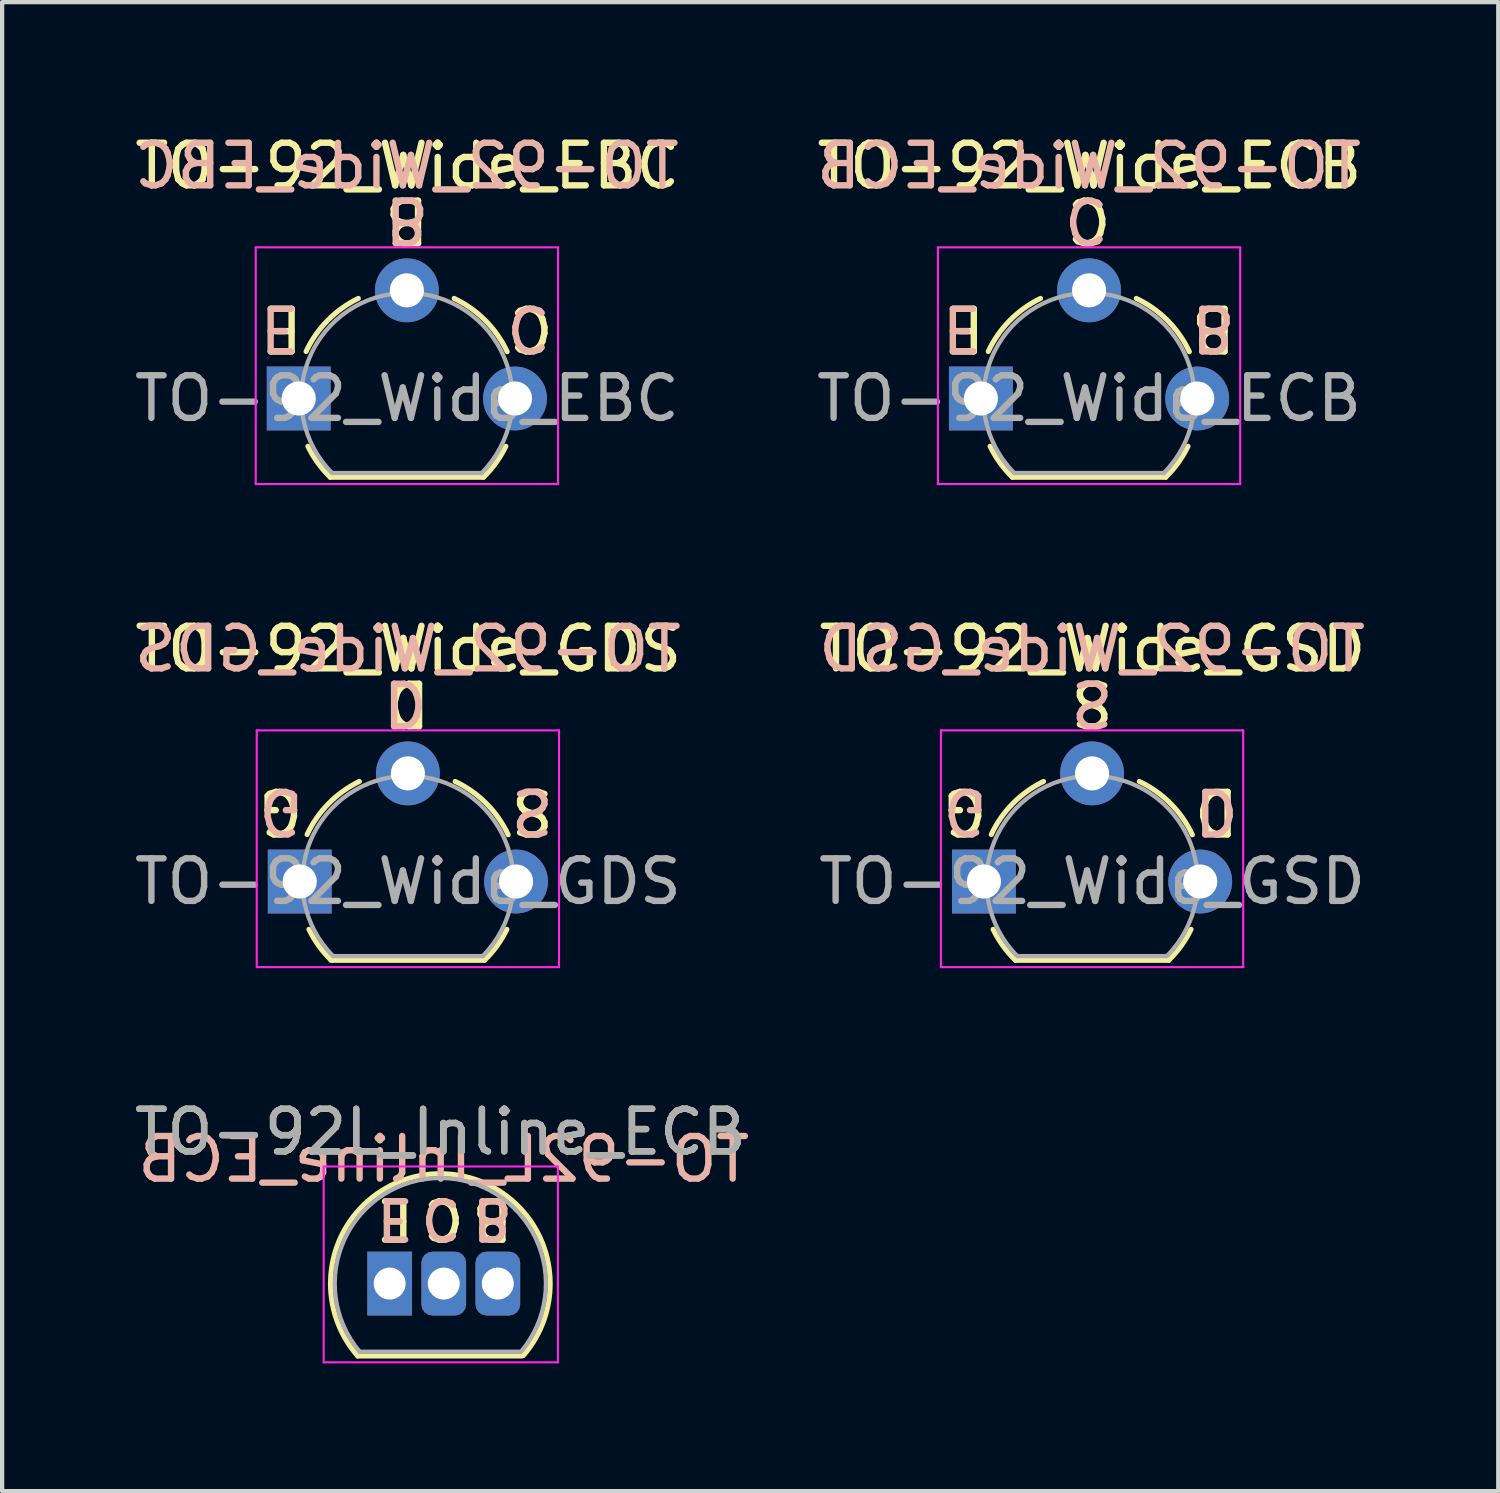
<source format=kicad_pcb>
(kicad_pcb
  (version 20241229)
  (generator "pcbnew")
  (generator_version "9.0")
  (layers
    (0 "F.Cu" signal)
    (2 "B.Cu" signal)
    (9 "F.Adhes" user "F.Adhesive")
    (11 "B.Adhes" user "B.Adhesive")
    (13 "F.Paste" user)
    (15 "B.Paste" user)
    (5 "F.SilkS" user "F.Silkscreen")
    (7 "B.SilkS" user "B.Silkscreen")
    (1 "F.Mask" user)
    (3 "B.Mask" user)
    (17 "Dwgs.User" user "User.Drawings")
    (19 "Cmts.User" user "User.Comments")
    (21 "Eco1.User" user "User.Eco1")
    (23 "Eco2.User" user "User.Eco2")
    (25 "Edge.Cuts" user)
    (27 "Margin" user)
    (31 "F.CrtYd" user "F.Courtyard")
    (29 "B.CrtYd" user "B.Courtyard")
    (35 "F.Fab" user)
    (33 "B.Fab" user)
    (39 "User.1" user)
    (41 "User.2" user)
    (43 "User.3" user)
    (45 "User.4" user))
  (footprint "TO-92_Wide_GDS"
    (layer "F.Cu")
    (at 3.99 17.654)
    (property "Reference" "TO-92_Wide_GDS" (at 2.55 -5.461 0) (layer "F.SilkS") (effects (font (size 1 1) (thickness 0.15))))
    (fp_line (start 0.74 1.85) (end 4.34 1.85) (stroke (width 0.12) (type solid)) (layer "F.SilkS"))
    (fp_arc (start 0.172801 -1.103842) (mid 0.678995 -1.832692) (end 1.4 -2.35) (stroke (width 0.12) (type solid)) (layer "F.SilkS"))
    (fp_arc (start 0.74 1.85) (mid 0.446097 1.509328) (end 0.215816 1.122795) (stroke (width 0.12) (type solid)) (layer "F.SilkS"))
    (fp_arc (start 3.65 -2.35) (mid 4.382279 -1.833196) (end 4.895458 -1.098371) (stroke (width 0.12) (type solid)) (layer "F.SilkS"))
    (fp_arc (start 4.864184 1.122795) (mid 4.633903 1.509328) (end 4.34 1.85) (stroke (width 0.12) (type solid)) (layer "F.SilkS"))
    (fp_line (start -1.01 -3.55) (end -1.01 2.01) (stroke (width 0.05) (type solid)) (layer "F.CrtYd"))
    (fp_line (start -1.01 -3.55) (end 6.09 -3.55) (stroke (width 0.05) (type solid)) (layer "F.CrtYd"))
    (fp_line (start 6.09 2.01) (end -1.01 2.01) (stroke (width 0.05) (type solid)) (layer "F.CrtYd"))
    (fp_line (start 6.09 2.01) (end 6.09 -3.55) (stroke (width 0.05) (type solid)) (layer "F.CrtYd"))
    (fp_line (start 0.8 1.75) (end 4.3 1.75) (stroke (width 0.1) (type solid)) (layer "F.Fab"))
    (fp_arc (start 0.786375 1.753625) (mid 0.248779 -0.949055) (end 2.54 -2.48) (stroke (width 0.1) (type solid)) (layer "F.Fab"))
    (fp_arc (start 2.54 -2.48) (mid 4.831221 -0.949055) (end 4.293625 1.753625) (stroke (width 0.1) (type solid)) (layer "F.Fab"))
    (fp_text user "D" (at 2.54 -4.191 180) (unlocked yes) (layer "F.SilkS") (effects (font (size 1 1) (thickness 0.15))))
    (fp_text user "S" (at 5.461 -1.651 180) (unlocked yes) (layer "F.SilkS") (effects (font (size 1 1) (thickness 0.15))))
    (fp_text user "G" (at -0.445 -1.651 180) (unlocked yes) (layer "F.SilkS") (effects (font (size 1 1) (thickness 0.15))))
    (fp_text user "G" (at -0.445 -1.651 180) (unlocked yes) (layer "B.SilkS") (effects (font (size 1 1) (thickness 0.15)) (justify mirror)))
    (fp_text user "D" (at 2.477 -4.191 180) (unlocked yes) (layer "B.SilkS") (effects (font (size 1 1) (thickness 0.15)) (justify mirror)))
    (fp_text user "S" (at 5.461 -1.651 180) (unlocked yes) (layer "B.SilkS") (effects (font (size 1 1) (thickness 0.15)) (justify mirror)))
    (fp_text user "${REFERENCE}" (at 2.54 -5.461 0) (layer "B.SilkS") (effects (font (size 1 1) (thickness 0.15)) (justify mirror)))
    (fp_text user "${REFERENCE}" (at 2.54 0 0) (layer "F.Fab") (effects (font (size 1 1) (thickness 0.15))))
    (pad "1" thru_hole rect (at 0 0 90) (size 1.5 1.5) (drill 0.8) (layers "*.Cu" "*.Mask"))
    (pad "2" thru_hole circle (at 2.54 -2.54 90) (size 1.5 1.5) (drill 0.8) (layers "*.Cu" "*.Mask"))
    (pad "3" thru_hole circle (at 5.08 0 90) (size 1.5 1.5) (drill 0.8) (layers "*.Cu" "*.Mask")))
  (footprint "TO-92_Wide_EBC"
    (layer "F.Cu")
    (at 3.966 6.309)
    (property "Reference" "TO-92_Wide_EBC" (at 2.55 -5.461 0) (layer "F.SilkS") (effects (font (size 1 1) (thickness 0.15))))
    (fp_line (start 0.74 1.85) (end 4.34 1.85) (stroke (width 0.12) (type solid)) (layer "F.SilkS"))
    (fp_arc (start 0.172801 -1.103842) (mid 0.678995 -1.832692) (end 1.4 -2.35) (stroke (width 0.12) (type solid)) (layer "F.SilkS"))
    (fp_arc (start 0.74 1.85) (mid 0.446097 1.509328) (end 0.215816 1.122795) (stroke (width 0.12) (type solid)) (layer "F.SilkS"))
    (fp_arc (start 3.65 -2.35) (mid 4.382279 -1.833196) (end 4.895458 -1.098371) (stroke (width 0.12) (type solid)) (layer "F.SilkS"))
    (fp_arc (start 4.864184 1.122795) (mid 4.633903 1.509328) (end 4.34 1.85) (stroke (width 0.12) (type solid)) (layer "F.SilkS"))
    (fp_line (start -1.01 -3.55) (end -1.01 2.01) (stroke (width 0.05) (type solid)) (layer "F.CrtYd"))
    (fp_line (start -1.01 -3.55) (end 6.09 -3.55) (stroke (width 0.05) (type solid)) (layer "F.CrtYd"))
    (fp_line (start 6.09 2.01) (end -1.01 2.01) (stroke (width 0.05) (type solid)) (layer "F.CrtYd"))
    (fp_line (start 6.09 2.01) (end 6.09 -3.55) (stroke (width 0.05) (type solid)) (layer "F.CrtYd"))
    (fp_line (start 0.8 1.75) (end 4.3 1.75) (stroke (width 0.1) (type solid)) (layer "F.Fab"))
    (fp_arc (start 0.786375 1.753625) (mid 0.248779 -0.949055) (end 2.54 -2.48) (stroke (width 0.1) (type solid)) (layer "F.Fab"))
    (fp_arc (start 2.54 -2.48) (mid 4.831221 -0.949055) (end 4.293625 1.753625) (stroke (width 0.1) (type solid)) (layer "F.Fab"))
    (fp_text user "B" (at 2.54 -4.191 180) (unlocked yes) (layer "F.SilkS") (effects (font (size 1 1) (thickness 0.15))))
    (fp_text user "E" (at -0.381 -1.651 180) (unlocked yes) (layer "F.SilkS") (effects (font (size 1 1) (thickness 0.15))))
    (fp_text user "C" (at 5.461 -1.651 180) (unlocked yes) (layer "F.SilkS") (effects (font (size 1 1) (thickness 0.15))))
    (fp_text user "E" (at -0.445 -1.651 180) (unlocked yes) (layer "B.SilkS") (effects (font (size 1 1) (thickness 0.15)) (justify mirror)))
    (fp_text user "B" (at 2.54 -4.191 180) (unlocked yes) (layer "B.SilkS") (effects (font (size 1 1) (thickness 0.15)) (justify mirror)))
    (fp_text user "${REFERENCE}" (at 2.54 -5.461 0) (layer "B.SilkS") (effects (font (size 1 1) (thickness 0.15)) (justify mirror)))
    (fp_text user "C" (at 5.397 -1.651 180) (unlocked yes) (layer "B.SilkS") (effects (font (size 1 1) (thickness 0.15)) (justify mirror)))
    (fp_text user "${REFERENCE}" (at 2.54 0 0) (layer "F.Fab") (effects (font (size 1 1) (thickness 0.15))))
    (pad "1" thru_hole rect (at 0 0 90) (size 1.5 1.5) (drill 0.8) (layers "*.Cu" "*.Mask"))
    (pad "2" thru_hole circle (at 2.54 -2.54 90) (size 1.5 1.5) (drill 0.8) (layers "*.Cu" "*.Mask"))
    (pad "3" thru_hole circle (at 5.08 0 90) (size 1.5 1.5) (drill 0.8) (layers "*.Cu" "*.Mask")))
  (footprint "TO-92L_Inline_ECB"
    (layer "F.Cu")
    (at 6.102 27.097)
    (property "Reference" "TO-92L_Inline_ECB" (at 1.19 -3.56 0) (layer "F.SilkS") (effects (font (size 1 1) (thickness 0.15))))
    (fp_line (start -0.75 1.7) (end 3.1 1.7) (stroke (width 0.12) (type solid)) (layer "F.SilkS"))
    (fp_arc (start -0.75 1.7) (mid 1.183448 -2.579449) (end 3.138611 1.690122) (stroke (width 0.12) (type solid)) (layer "F.SilkS"))
    (fp_line (start -1.55 -2.75) (end -1.55 1.85) (stroke (width 0.05) (type solid)) (layer "F.CrtYd"))
    (fp_line (start -1.55 -2.75) (end 3.95 -2.75) (stroke (width 0.05) (type solid)) (layer "F.CrtYd"))
    (fp_line (start 3.95 1.85) (end -1.55 1.85) (stroke (width 0.05) (type solid)) (layer "F.CrtYd"))
    (fp_line (start 3.95 1.85) (end 3.95 -2.75) (stroke (width 0.05) (type solid)) (layer "F.CrtYd"))
    (fp_line (start -0.7 1.6) (end 3.05 1.6) (stroke (width 0.1) (type solid)) (layer "F.Fab"))
    (fp_arc (start -0.702818 1.602385) (mid -1.059924 -1.043188) (end 1.19 -2.48) (stroke (width 0.1) (type solid)) (layer "F.Fab"))
    (fp_arc (start 1.19 -2.48) (mid 3.437211 -1.049019) (end 3.091103 1.592547) (stroke (width 0.1) (type solid)) (layer "F.Fab"))
    (fp_text user "B" (at 2.413 -1.524 180) (unlocked yes) (layer "F.SilkS") (effects (font (size 0.9 0.9) (thickness 0.15))))
    (fp_text user "E" (at 0.127 -1.524 180) (unlocked yes) (layer "F.SilkS") (effects (font (size 0.9 0.9) (thickness 0.15))))
    (fp_text user "C" (at 1.27 -1.524 180) (unlocked yes) (layer "F.SilkS") (effects (font (size 0.9 0.9) (thickness 0.15))))
    (fp_text user "${REFERENCE}" (at 1.27 -2.921 0) (layer "B.SilkS") (effects (font (size 1 1) (thickness 0.15)) (justify mirror)))
    (fp_text user "C" (at 1.206 -1.524 180) (unlocked yes) (layer "B.SilkS") (effects (font (size 0.9 0.9) (thickness 0.15)) (justify mirror)))
    (fp_text user "B" (at 2.413 -1.524 180) (unlocked yes) (layer "B.SilkS") (effects (font (size 0.9 0.9) (thickness 0.15)) (justify mirror)))
    (fp_text user "E" (at 0.127 -1.524 180) (unlocked yes) (layer "B.SilkS") (effects (font (size 0.9 0.9) (thickness 0.15)) (justify mirror)))
    (fp_text user "${REFERENCE}" (at 1.19 -3.56 0) (layer "F.Fab") (effects (font (size 1 1) (thickness 0.15))))
    (pad "1" thru_hole rect (at 0 0) (size 1.05 1.5) (drill 0.75) (layers "*.Cu" "*.Mask"))
    (pad "2" thru_hole roundrect (at 1.27 0) (size 1.05 1.5) (drill 0.75) (layers "*.Cu" "*.Mask") (roundrect_rratio 0.25))
    (pad "3" thru_hole roundrect (at 2.54 0) (size 1.05 1.5) (drill 0.75) (layers "*.Cu" "*.Mask") (roundrect_rratio 0.25)))
  (footprint "TO-92_Wide_ECB"
    (layer "F.Cu")
    (at 19.988 6.309)
    (property "Reference" "TO-92_Wide_ECB" (at 2.55 -5.461 0) (layer "F.SilkS") (effects (font (size 1 1) (thickness 0.15))))
    (fp_line (start 0.74 1.85) (end 4.34 1.85) (stroke (width 0.12) (type solid)) (layer "F.SilkS"))
    (fp_arc (start 0.172801 -1.103842) (mid 0.678995 -1.832692) (end 1.4 -2.35) (stroke (width 0.12) (type solid)) (layer "F.SilkS"))
    (fp_arc (start 0.74 1.85) (mid 0.446097 1.509328) (end 0.215816 1.122795) (stroke (width 0.12) (type solid)) (layer "F.SilkS"))
    (fp_arc (start 3.65 -2.35) (mid 4.382279 -1.833196) (end 4.895458 -1.098371) (stroke (width 0.12) (type solid)) (layer "F.SilkS"))
    (fp_arc (start 4.864184 1.122795) (mid 4.633903 1.509328) (end 4.34 1.85) (stroke (width 0.12) (type solid)) (layer "F.SilkS"))
    (fp_line (start -1.01 -3.55) (end -1.01 2.01) (stroke (width 0.05) (type solid)) (layer "F.CrtYd"))
    (fp_line (start -1.01 -3.55) (end 6.09 -3.55) (stroke (width 0.05) (type solid)) (layer "F.CrtYd"))
    (fp_line (start 6.09 2.01) (end -1.01 2.01) (stroke (width 0.05) (type solid)) (layer "F.CrtYd"))
    (fp_line (start 6.09 2.01) (end 6.09 -3.55) (stroke (width 0.05) (type solid)) (layer "F.CrtYd"))
    (fp_line (start 0.8 1.75) (end 4.3 1.75) (stroke (width 0.1) (type solid)) (layer "F.Fab"))
    (fp_arc (start 0.786375 1.753625) (mid 0.248779 -0.949055) (end 2.54 -2.48) (stroke (width 0.1) (type solid)) (layer "F.Fab"))
    (fp_arc (start 2.54 -2.48) (mid 4.831221 -0.949055) (end 4.293625 1.753625) (stroke (width 0.1) (type solid)) (layer "F.Fab"))
    (fp_text user "B" (at 5.461 -1.651 180) (unlocked yes) (layer "F.SilkS") (effects (font (size 1 1) (thickness 0.15))))
    (fp_text user "E" (at -0.381 -1.651 180) (unlocked yes) (layer "F.SilkS") (effects (font (size 1 1) (thickness 0.15))))
    (fp_text user "C" (at 2.54 -4.191 180) (unlocked yes) (layer "F.SilkS") (effects (font (size 1 1) (thickness 0.15))))
    (fp_text user "${REFERENCE}" (at 2.54 -5.461 0) (layer "B.SilkS") (effects (font (size 1 1) (thickness 0.15)) (justify mirror)))
    (fp_text user "C" (at 2.477 -4.191 180) (unlocked yes) (layer "B.SilkS") (effects (font (size 1 1) (thickness 0.15)) (justify mirror)))
    (fp_text user "B" (at 5.461 -1.651 180) (unlocked yes) (layer "B.SilkS") (effects (font (size 1 1) (thickness 0.15)) (justify mirror)))
    (fp_text user "E" (at -0.445 -1.651 180) (unlocked yes) (layer "B.SilkS") (effects (font (size 1 1) (thickness 0.15)) (justify mirror)))
    (fp_text user "${REFERENCE}" (at 2.54 0 0) (layer "F.Fab") (effects (font (size 1 1) (thickness 0.15))))
    (pad "1" thru_hole rect (at 0 0 90) (size 1.5 1.5) (drill 0.8) (layers "*.Cu" "*.Mask"))
    (pad "2" thru_hole circle (at 2.54 -2.54 90) (size 1.5 1.5) (drill 0.8) (layers "*.Cu" "*.Mask"))
    (pad "3" thru_hole circle (at 5.08 0 90) (size 1.5 1.5) (drill 0.8) (layers "*.Cu" "*.Mask")))
  (footprint "TO-92_Wide_GSD"
    (layer "F.Cu")
    (at 20.059 17.654)
    (property "Reference" "TO-92_Wide_GSD" (at 2.55 -5.461 0) (layer "F.SilkS") (effects (font (size 1 1) (thickness 0.15))))
    (fp_line (start 0.74 1.85) (end 4.34 1.85) (stroke (width 0.12) (type solid)) (layer "F.SilkS"))
    (fp_arc (start 0.172801 -1.103842) (mid 0.678995 -1.832692) (end 1.4 -2.35) (stroke (width 0.12) (type solid)) (layer "F.SilkS"))
    (fp_arc (start 0.74 1.85) (mid 0.446097 1.509328) (end 0.215816 1.122795) (stroke (width 0.12) (type solid)) (layer "F.SilkS"))
    (fp_arc (start 3.65 -2.35) (mid 4.382279 -1.833196) (end 4.895458 -1.098371) (stroke (width 0.12) (type solid)) (layer "F.SilkS"))
    (fp_arc (start 4.864184 1.122795) (mid 4.633903 1.509328) (end 4.34 1.85) (stroke (width 0.12) (type solid)) (layer "F.SilkS"))
    (fp_line (start -1.01 -3.55) (end -1.01 2.01) (stroke (width 0.05) (type solid)) (layer "F.CrtYd"))
    (fp_line (start -1.01 -3.55) (end 6.09 -3.55) (stroke (width 0.05) (type solid)) (layer "F.CrtYd"))
    (fp_line (start 6.09 2.01) (end -1.01 2.01) (stroke (width 0.05) (type solid)) (layer "F.CrtYd"))
    (fp_line (start 6.09 2.01) (end 6.09 -3.55) (stroke (width 0.05) (type solid)) (layer "F.CrtYd"))
    (fp_line (start 0.8 1.75) (end 4.3 1.75) (stroke (width 0.1) (type solid)) (layer "F.Fab"))
    (fp_arc (start 0.786375 1.753625) (mid 0.248779 -0.949055) (end 2.54 -2.48) (stroke (width 0.1) (type solid)) (layer "F.Fab"))
    (fp_arc (start 2.54 -2.48) (mid 4.831221 -0.949055) (end 4.293625 1.753625) (stroke (width 0.1) (type solid)) (layer "F.Fab"))
    (fp_text user "G" (at -0.445 -1.651 180) (unlocked yes) (layer "F.SilkS") (effects (font (size 1 1) (thickness 0.15))))
    (fp_text user "S" (at 2.54 -4.191 180) (unlocked yes) (layer "F.SilkS") (effects (font (size 1 1) (thickness 0.15))))
    (fp_text user "D" (at 5.461 -1.651 180) (unlocked yes) (layer "F.SilkS") (effects (font (size 1 1) (thickness 0.15))))
    (fp_text user "G" (at -0.445 -1.651 180) (unlocked yes) (layer "B.SilkS") (effects (font (size 1 1) (thickness 0.15)) (justify mirror)))
    (fp_text user "D" (at 5.461 -1.651 180) (unlocked yes) (layer "B.SilkS") (effects (font (size 1 1) (thickness 0.15)) (justify mirror)))
    (fp_text user "${REFERENCE}" (at 2.54 -5.461 0) (layer "B.SilkS") (effects (font (size 1 1) (thickness 0.15)) (justify mirror)))
    (fp_text user "S" (at 2.54 -4.191 180) (unlocked yes) (layer "B.SilkS") (effects (font (size 1 1) (thickness 0.15)) (justify mirror)))
    (fp_text user "${REFERENCE}" (at 2.54 0 0) (layer "F.Fab") (effects (font (size 1 1) (thickness 0.15))))
    (pad "1" thru_hole rect (at 0 0 90) (size 1.5 1.5) (drill 0.8) (layers "*.Cu" "*.Mask"))
    (pad "2" thru_hole circle (at 2.54 -2.54 90) (size 1.5 1.5) (drill 0.8) (layers "*.Cu" "*.Mask"))
    (pad "3" thru_hole circle (at 5.08 0 90) (size 1.5 1.5) (drill 0.8) (layers "*.Cu" "*.Mask")))
  (gr_rect
    (start -3 -3)
    (end 32.139 31.972)
    (stroke (width 0.1) (type default))
    (fill no)
    (layer "Edge.Cuts")))
</source>
